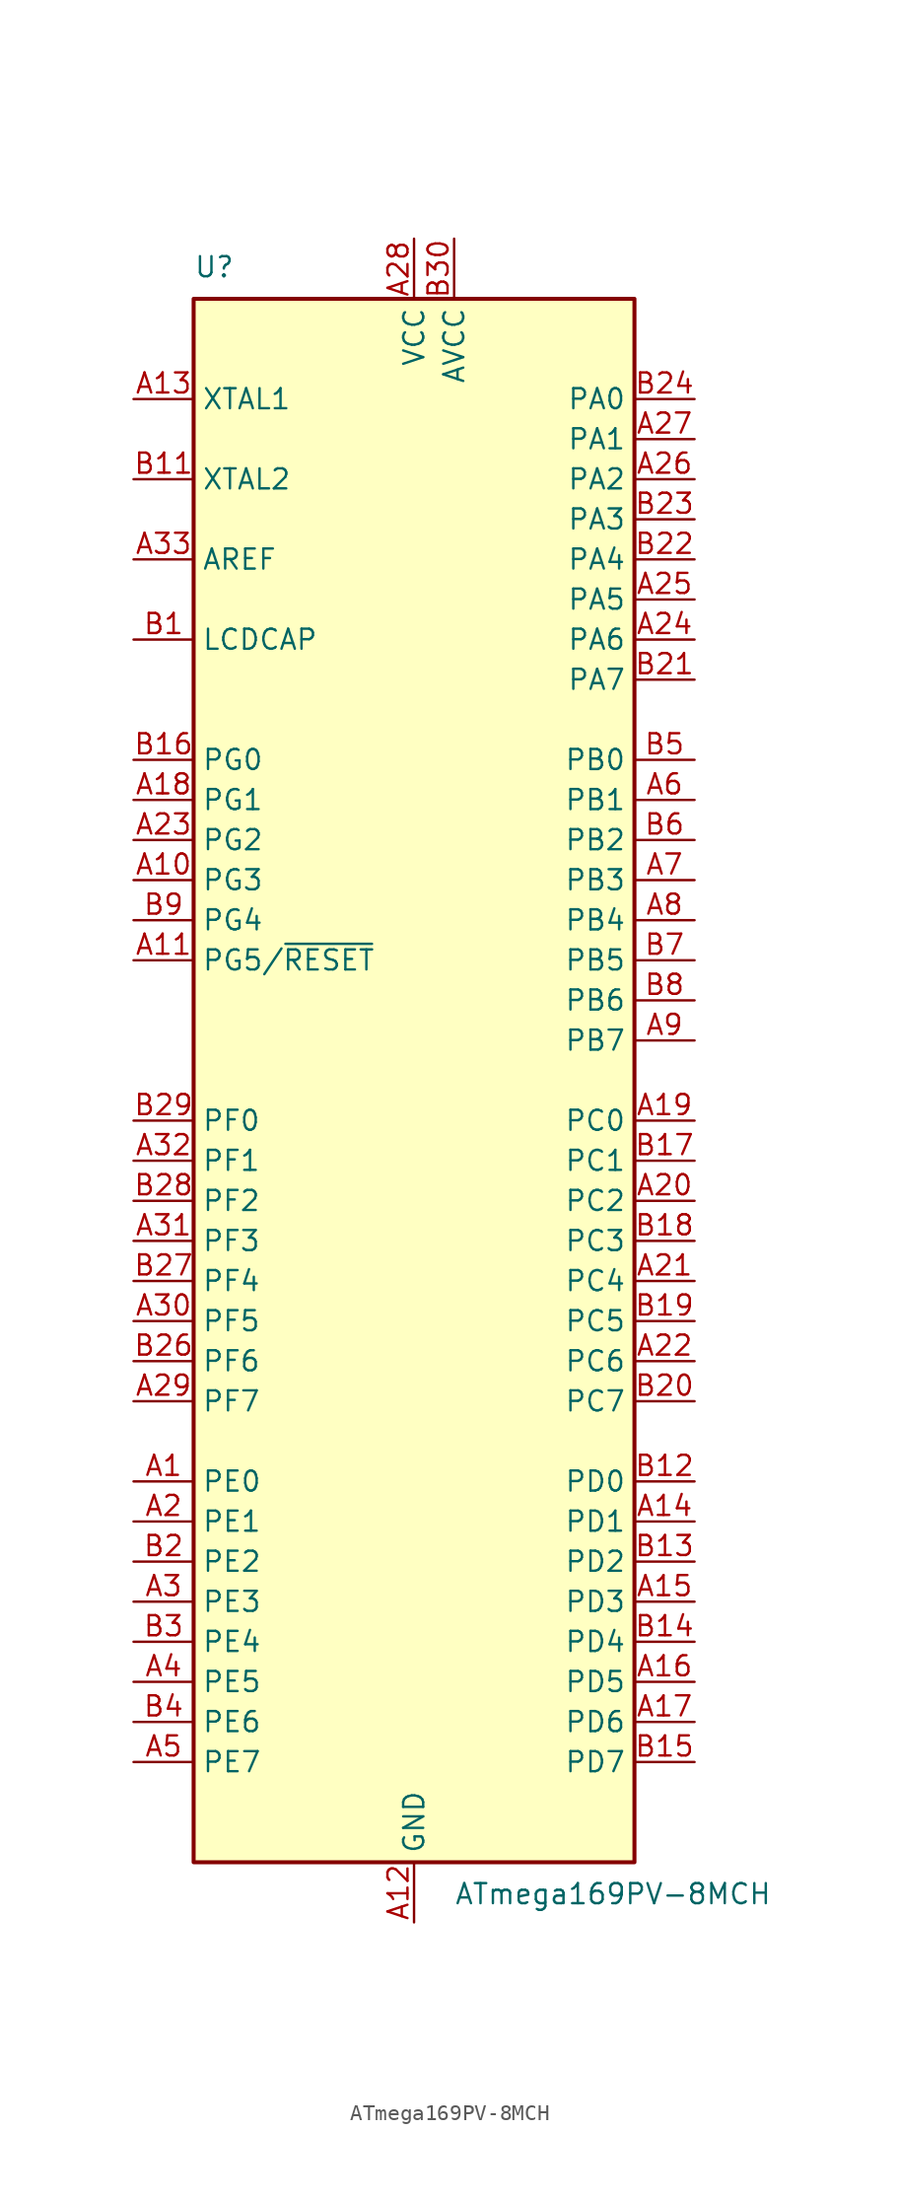
<source format=kicad_sym>
(kicad_symbol_lib
  (version 20211014)
  (generator kicad_symbol_editor)
  (symbol "ATmega169PV-8MCH"
    (property "Reference" "U"
      (at -13.97 50.8 0)
      (effects (font (size 1.27 1.27)) (justify left bottom)))
    (property "Value" "ATmega169PV-8MCH"
      (at 2.54 -50.8 0)
      (effects (font (size 1.27 1.27)) (justify left top)))
    (symbol "ATmega169PV-8MCH_0_1"
      (rectangle (start -13.97 -49.53) (end 13.97 49.53) (stroke (width 0.254) (type default) (color 0 0 0 0)) (fill (type background))))
    (symbol "ATmega169PV-8MCH_1_1"
      (pin bidirectional line (at -17.78 -25.4 0) (length 3.81) (name "PE0" (effects (font (size 1.27 1.27)))) (number "A1" (effects (font (size 1.27 1.27)))))
      (pin bidirectional line (at -17.78 12.7 0) (length 3.81) (name "PG3" (effects (font (size 1.27 1.27)))) (number "A10" (effects (font (size 1.27 1.27)))))
      (pin bidirectional line (at -17.78 7.62 0) (length 3.81) (name "PG5/~{RESET}" (effects (font (size 1.27 1.27)))) (number "A11" (effects (font (size 1.27 1.27)))))
      (pin power_in line (at 0 -53.34 90) (length 3.81) (name "GND" (effects (font (size 1.27 1.27)))) (number "A12" (effects (font (size 1.27 1.27)))))
      (pin input line (at -17.78 43.18 0) (length 3.81) (name "XTAL1" (effects (font (size 1.27 1.27)))) (number "A13" (effects (font (size 1.27 1.27)))))
      (pin bidirectional line (at 17.78 -27.94 180) (length 3.81) (name "PD1" (effects (font (size 1.27 1.27)))) (number "A14" (effects (font (size 1.27 1.27)))))
      (pin bidirectional line (at 17.78 -33.02 180) (length 3.81) (name "PD3" (effects (font (size 1.27 1.27)))) (number "A15" (effects (font (size 1.27 1.27)))))
      (pin bidirectional line (at 17.78 -38.1 180) (length 3.81) (name "PD5" (effects (font (size 1.27 1.27)))) (number "A16" (effects (font (size 1.27 1.27)))))
      (pin bidirectional line (at 17.78 -40.64 180) (length 3.81) (name "PD6" (effects (font (size 1.27 1.27)))) (number "A17" (effects (font (size 1.27 1.27)))))
      (pin bidirectional line (at -17.78 17.78 0) (length 3.81) (name "PG1" (effects (font (size 1.27 1.27)))) (number "A18" (effects (font (size 1.27 1.27)))))
      (pin bidirectional line (at 17.78 -2.54 180) (length 3.81) (name "PC0" (effects (font (size 1.27 1.27)))) (number "A19" (effects (font (size 1.27 1.27)))))
      (pin bidirectional line (at -17.78 -27.94 0) (length 3.81) (name "PE1" (effects (font (size 1.27 1.27)))) (number "A2" (effects (font (size 1.27 1.27)))))
      (pin bidirectional line (at 17.78 -7.62 180) (length 3.81) (name "PC2" (effects (font (size 1.27 1.27)))) (number "A20" (effects (font (size 1.27 1.27)))))
      (pin bidirectional line (at 17.78 -12.7 180) (length 3.81) (name "PC4" (effects (font (size 1.27 1.27)))) (number "A21" (effects (font (size 1.27 1.27)))))
      (pin bidirectional line (at 17.78 -17.78 180) (length 3.81) (name "PC6" (effects (font (size 1.27 1.27)))) (number "A22" (effects (font (size 1.27 1.27)))))
      (pin bidirectional line (at -17.78 15.24 0) (length 3.81) (name "PG2" (effects (font (size 1.27 1.27)))) (number "A23" (effects (font (size 1.27 1.27)))))
      (pin bidirectional line (at 17.78 27.94 180) (length 3.81) (name "PA6" (effects (font (size 1.27 1.27)))) (number "A24" (effects (font (size 1.27 1.27)))))
      (pin bidirectional line (at 17.78 30.48 180) (length 3.81) (name "PA5" (effects (font (size 1.27 1.27)))) (number "A25" (effects (font (size 1.27 1.27)))))
      (pin bidirectional line (at 17.78 38.1 180) (length 3.81) (name "PA2" (effects (font (size 1.27 1.27)))) (number "A26" (effects (font (size 1.27 1.27)))))
      (pin bidirectional line (at 17.78 40.64 180) (length 3.81) (name "PA1" (effects (font (size 1.27 1.27)))) (number "A27" (effects (font (size 1.27 1.27)))))
      (pin power_in line (at 0 53.34 270) (length 3.81) (name "VCC" (effects (font (size 1.27 1.27)))) (number "A28" (effects (font (size 1.27 1.27)))))
      (pin bidirectional line (at -17.78 -20.32 0) (length 3.81) (name "PF7" (effects (font (size 1.27 1.27)))) (number "A29" (effects (font (size 1.27 1.27)))))
      (pin bidirectional line (at -17.78 -33.02 0) (length 3.81) (name "PE3" (effects (font (size 1.27 1.27)))) (number "A3" (effects (font (size 1.27 1.27)))))
      (pin bidirectional line (at -17.78 -15.24 0) (length 3.81) (name "PF5" (effects (font (size 1.27 1.27)))) (number "A30" (effects (font (size 1.27 1.27)))))
      (pin bidirectional line (at -17.78 -10.16 0) (length 3.81) (name "PF3" (effects (font (size 1.27 1.27)))) (number "A31" (effects (font (size 1.27 1.27)))))
      (pin bidirectional line (at -17.78 -5.08 0) (length 3.81) (name "PF1" (effects (font (size 1.27 1.27)))) (number "A32" (effects (font (size 1.27 1.27)))))
      (pin passive line (at -17.78 33.02 0) (length 3.81) (name "AREF" (effects (font (size 1.27 1.27)))) (number "A33" (effects (font (size 1.27 1.27)))))
      (pin passive line (at 0 -53.34 90) (length 3.81) hide (name "GND" (effects (font (size 1.27 1.27)))) (number "A34" (effects (font (size 1.27 1.27)))))
      (pin bidirectional line (at -17.78 -38.1 0) (length 3.81) (name "PE5" (effects (font (size 1.27 1.27)))) (number "A4" (effects (font (size 1.27 1.27)))))
      (pin bidirectional line (at -17.78 -43.18 0) (length 3.81) (name "PE7" (effects (font (size 1.27 1.27)))) (number "A5" (effects (font (size 1.27 1.27)))))
      (pin bidirectional line (at 17.78 17.78 180) (length 3.81) (name "PB1" (effects (font (size 1.27 1.27)))) (number "A6" (effects (font (size 1.27 1.27)))))
      (pin bidirectional line (at 17.78 12.7 180) (length 3.81) (name "PB3" (effects (font (size 1.27 1.27)))) (number "A7" (effects (font (size 1.27 1.27)))))
      (pin bidirectional line (at 17.78 10.16 180) (length 3.81) (name "PB4" (effects (font (size 1.27 1.27)))) (number "A8" (effects (font (size 1.27 1.27)))))
      (pin bidirectional line (at 17.78 2.54 180) (length 3.81) (name "PB7" (effects (font (size 1.27 1.27)))) (number "A9" (effects (font (size 1.27 1.27)))))
      (pin passive line (at -17.78 27.94 0) (length 3.81) (name "LCDCAP" (effects (font (size 1.27 1.27)))) (number "B1" (effects (font (size 1.27 1.27)))))
      (pin passive line (at 0 53.34 270) (length 3.81) hide (name "VCC" (effects (font (size 1.27 1.27)))) (number "B10" (effects (font (size 1.27 1.27)))))
      (pin output line (at -17.78 38.1 0) (length 3.81) (name "XTAL2" (effects (font (size 1.27 1.27)))) (number "B11" (effects (font (size 1.27 1.27)))))
      (pin bidirectional line (at 17.78 -25.4 180) (length 3.81) (name "PD0" (effects (font (size 1.27 1.27)))) (number "B12" (effects (font (size 1.27 1.27)))))
      (pin bidirectional line (at 17.78 -30.48 180) (length 3.81) (name "PD2" (effects (font (size 1.27 1.27)))) (number "B13" (effects (font (size 1.27 1.27)))))
      (pin bidirectional line (at 17.78 -35.56 180) (length 3.81) (name "PD4" (effects (font (size 1.27 1.27)))) (number "B14" (effects (font (size 1.27 1.27)))))
      (pin bidirectional line (at 17.78 -43.18 180) (length 3.81) (name "PD7" (effects (font (size 1.27 1.27)))) (number "B15" (effects (font (size 1.27 1.27)))))
      (pin bidirectional line (at -17.78 20.32 0) (length 3.81) (name "PG0" (effects (font (size 1.27 1.27)))) (number "B16" (effects (font (size 1.27 1.27)))))
      (pin bidirectional line (at 17.78 -5.08 180) (length 3.81) (name "PC1" (effects (font (size 1.27 1.27)))) (number "B17" (effects (font (size 1.27 1.27)))))
      (pin bidirectional line (at 17.78 -10.16 180) (length 3.81) (name "PC3" (effects (font (size 1.27 1.27)))) (number "B18" (effects (font (size 1.27 1.27)))))
      (pin bidirectional line (at 17.78 -15.24 180) (length 3.81) (name "PC5" (effects (font (size 1.27 1.27)))) (number "B19" (effects (font (size 1.27 1.27)))))
      (pin bidirectional line (at -17.78 -30.48 0) (length 3.81) (name "PE2" (effects (font (size 1.27 1.27)))) (number "B2" (effects (font (size 1.27 1.27)))))
      (pin bidirectional line (at 17.78 -20.32 180) (length 3.81) (name "PC7" (effects (font (size 1.27 1.27)))) (number "B20" (effects (font (size 1.27 1.27)))))
      (pin bidirectional line (at 17.78 25.4 180) (length 3.81) (name "PA7" (effects (font (size 1.27 1.27)))) (number "B21" (effects (font (size 1.27 1.27)))))
      (pin bidirectional line (at 17.78 33.02 180) (length 3.81) (name "PA4" (effects (font (size 1.27 1.27)))) (number "B22" (effects (font (size 1.27 1.27)))))
      (pin bidirectional line (at 17.78 35.56 180) (length 3.81) (name "PA3" (effects (font (size 1.27 1.27)))) (number "B23" (effects (font (size 1.27 1.27)))))
      (pin bidirectional line (at 17.78 43.18 180) (length 3.81) (name "PA0" (effects (font (size 1.27 1.27)))) (number "B24" (effects (font (size 1.27 1.27)))))
      (pin passive line (at 0 -53.34 90) (length 3.81) hide (name "GND" (effects (font (size 1.27 1.27)))) (number "B25" (effects (font (size 1.27 1.27)))))
      (pin bidirectional line (at -17.78 -17.78 0) (length 3.81) (name "PF6" (effects (font (size 1.27 1.27)))) (number "B26" (effects (font (size 1.27 1.27)))))
      (pin bidirectional line (at -17.78 -12.7 0) (length 3.81) (name "PF4" (effects (font (size 1.27 1.27)))) (number "B27" (effects (font (size 1.27 1.27)))))
      (pin bidirectional line (at -17.78 -7.62 0) (length 3.81) (name "PF2" (effects (font (size 1.27 1.27)))) (number "B28" (effects (font (size 1.27 1.27)))))
      (pin bidirectional line (at -17.78 -2.54 0) (length 3.81) (name "PF0" (effects (font (size 1.27 1.27)))) (number "B29" (effects (font (size 1.27 1.27)))))
      (pin bidirectional line (at -17.78 -35.56 0) (length 3.81) (name "PE4" (effects (font (size 1.27 1.27)))) (number "B3" (effects (font (size 1.27 1.27)))))
      (pin power_in line (at 2.54 53.34 270) (length 3.81) (name "AVCC" (effects (font (size 1.27 1.27)))) (number "B30" (effects (font (size 1.27 1.27)))))
      (pin bidirectional line (at -17.78 -40.64 0) (length 3.81) (name "PE6" (effects (font (size 1.27 1.27)))) (number "B4" (effects (font (size 1.27 1.27)))))
      (pin bidirectional line (at 17.78 20.32 180) (length 3.81) (name "PB0" (effects (font (size 1.27 1.27)))) (number "B5" (effects (font (size 1.27 1.27)))))
      (pin bidirectional line (at 17.78 15.24 180) (length 3.81) (name "PB2" (effects (font (size 1.27 1.27)))) (number "B6" (effects (font (size 1.27 1.27)))))
      (pin bidirectional line (at 17.78 7.62 180) (length 3.81) (name "PB5" (effects (font (size 1.27 1.27)))) (number "B7" (effects (font (size 1.27 1.27)))))
      (pin bidirectional line (at 17.78 5.08 180) (length 3.81) (name "PB6" (effects (font (size 1.27 1.27)))) (number "B8" (effects (font (size 1.27 1.27)))))
      (pin bidirectional line (at -17.78 10.16 0) (length 3.81) (name "PG4" (effects (font (size 1.27 1.27)))) (number "B9" (effects (font (size 1.27 1.27)))))
      (pin passive line (at 0 -53.34 90) (length 3.81) hide (name "GND" (effects (font (size 1.27 1.27)))) (number "EP" (effects (font (size 1.27 1.27))))))))
</source>
